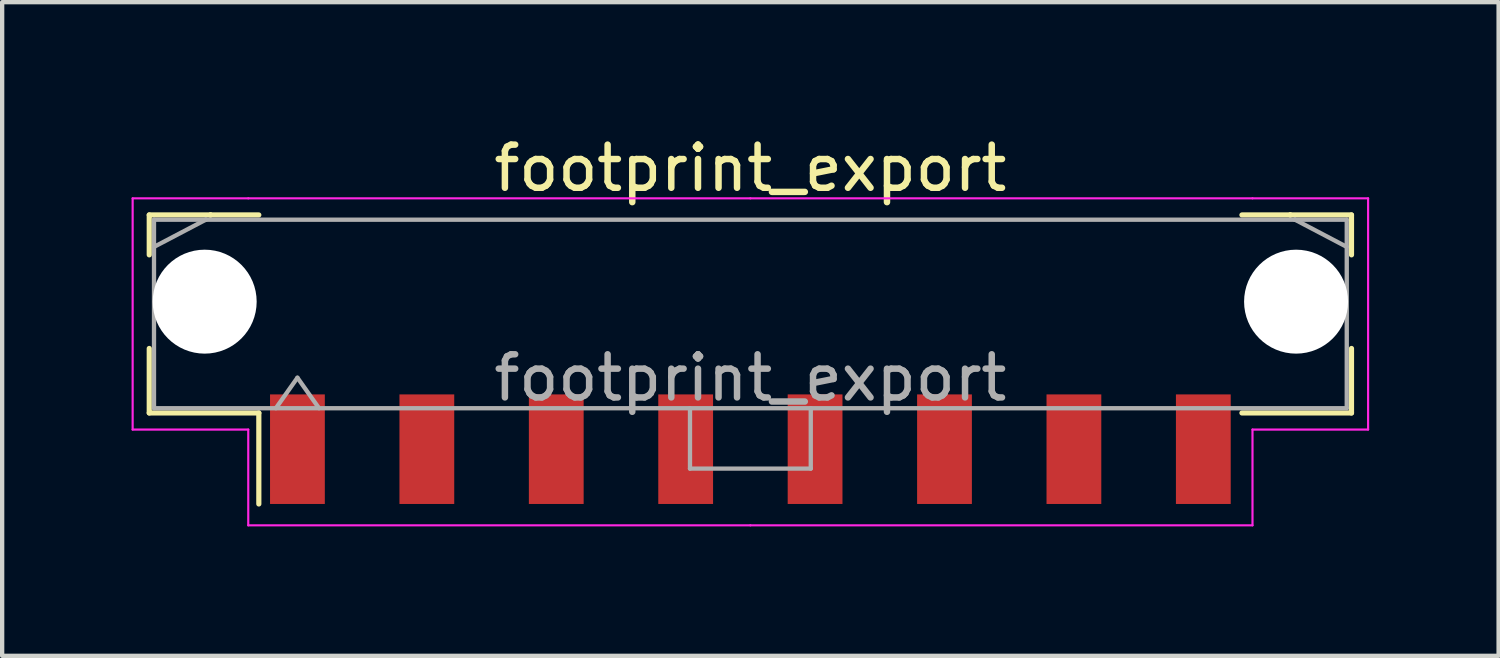
<source format=kicad_pcb>
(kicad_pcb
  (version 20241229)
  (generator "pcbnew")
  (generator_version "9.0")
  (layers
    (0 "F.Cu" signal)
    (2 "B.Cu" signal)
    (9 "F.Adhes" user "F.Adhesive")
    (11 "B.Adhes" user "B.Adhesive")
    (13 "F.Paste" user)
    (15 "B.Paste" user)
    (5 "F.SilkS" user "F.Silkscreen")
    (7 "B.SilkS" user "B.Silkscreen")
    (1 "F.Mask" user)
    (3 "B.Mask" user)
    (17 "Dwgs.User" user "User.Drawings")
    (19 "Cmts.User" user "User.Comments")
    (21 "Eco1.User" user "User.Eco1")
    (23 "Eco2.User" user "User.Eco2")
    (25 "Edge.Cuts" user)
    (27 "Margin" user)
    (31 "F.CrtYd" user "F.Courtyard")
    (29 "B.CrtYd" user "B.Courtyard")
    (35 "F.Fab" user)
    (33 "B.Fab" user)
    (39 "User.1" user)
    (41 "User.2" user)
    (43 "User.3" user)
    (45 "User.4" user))
  (footprint "footprint_export"
    (layer "F.Cu")
    (at 14.345 4.228)
    (property "Reference" "footprint_export" (at 0 -3.38 0) (layer "F.SilkS") (effects (font (size 1 1) (thickness 0.15))))
    (attr smd)
    (fp_line (start -13.935 -2.295) (end -12.515 -2.295) (stroke (width 0.12) (type solid)) (layer "F.SilkS"))
    (fp_line (start -13.935 -1.37) (end -13.935 -2.295) (stroke (width 0.12) (type solid)) (layer "F.SilkS"))
    (fp_line (start -13.935 0.8) (end -13.935 2.295) (stroke (width 0.12) (type solid)) (layer "F.SilkS"))
    (fp_line (start -13.935 2.295) (end -11.395 2.295) (stroke (width 0.12) (type solid)) (layer "F.SilkS"))
    (fp_line (start -12.515 -2.295) (end -12.515 -2.295) (stroke (width 0.12) (type solid)) (layer "F.SilkS"))
    (fp_line (start -12.515 -2.295) (end -11.395 -2.295) (stroke (width 0.12) (type solid)) (layer "F.SilkS"))
    (fp_line (start -11.395 2.295) (end -11.395 4.405) (stroke (width 0.12) (type solid)) (layer "F.SilkS"))
    (fp_line (start 12.515 -2.295) (end 11.395 -2.295) (stroke (width 0.12) (type solid)) (layer "F.SilkS"))
    (fp_line (start 12.515 -2.295) (end 12.515 -2.295) (stroke (width 0.12) (type solid)) (layer "F.SilkS"))
    (fp_line (start 13.935 -2.295) (end 12.515 -2.295) (stroke (width 0.12) (type solid)) (layer "F.SilkS"))
    (fp_line (start 13.935 -1.37) (end 13.935 -2.295) (stroke (width 0.12) (type solid)) (layer "F.SilkS"))
    (fp_line (start 13.935 0.8) (end 13.935 2.295) (stroke (width 0.12) (type solid)) (layer "F.SilkS"))
    (fp_line (start 13.935 2.295) (end 11.395 2.295) (stroke (width 0.12) (type solid)) (layer "F.SilkS"))
    (fp_line (start -14.32 -2.68) (end -14.32 2.68) (stroke (width 0.05) (type solid)) (layer "F.CrtYd"))
    (fp_line (start -14.32 2.68) (end -11.64 2.68) (stroke (width 0.05) (type solid)) (layer "F.CrtYd"))
    (fp_line (start -11.64 -2.68) (end -14.32 -2.68) (stroke (width 0.05) (type solid)) (layer "F.CrtYd"))
    (fp_line (start -11.64 2.68) (end -11.64 4.9) (stroke (width 0.05) (type solid)) (layer "F.CrtYd"))
    (fp_line (start -11.64 4.9) (end 0 4.9) (stroke (width 0.05) (type solid)) (layer "F.CrtYd"))
    (fp_line (start 0 -2.68) (end -11.64 -2.68) (stroke (width 0.05) (type solid)) (layer "F.CrtYd"))
    (fp_line (start 0 -2.68) (end 11.64 -2.68) (stroke (width 0.05) (type solid)) (layer "F.CrtYd"))
    (fp_line (start 11.64 -2.68) (end 14.32 -2.68) (stroke (width 0.05) (type solid)) (layer "F.CrtYd"))
    (fp_line (start 11.64 2.68) (end 11.64 4.9) (stroke (width 0.05) (type solid)) (layer "F.CrtYd"))
    (fp_line (start 11.64 4.9) (end 0 4.9) (stroke (width 0.05) (type solid)) (layer "F.CrtYd"))
    (fp_line (start 14.32 -2.68) (end 14.32 2.68) (stroke (width 0.05) (type solid)) (layer "F.CrtYd"))
    (fp_line (start 14.32 2.68) (end 11.64 2.68) (stroke (width 0.05) (type solid)) (layer "F.CrtYd"))
    (fp_line (start -13.825 -2.185) (end -13.825 2.185) (stroke (width 0.1) (type solid)) (layer "F.Fab"))
    (fp_line (start -13.825 -1.555) (end -12.625 -2.185) (stroke (width 0.1) (type solid)) (layer "F.Fab"))
    (fp_line (start -13.825 2.185) (end 13.825 2.185) (stroke (width 0.1) (type solid)) (layer "F.Fab"))
    (fp_line (start -12.625 -2.185) (end -13.825 -2.185) (stroke (width 0.1) (type solid)) (layer "F.Fab"))
    (fp_line (start -12.625 -2.185) (end -12.625 -2.185) (stroke (width 0.1) (type solid)) (layer "F.Fab"))
    (fp_line (start -11 2.185) (end -10.5 1.478) (stroke (width 0.1) (type solid)) (layer "F.Fab"))
    (fp_line (start -10.5 1.478) (end -10 2.185) (stroke (width 0.1) (type solid)) (layer "F.Fab"))
    (fp_line (start -1.4 2.185) (end -1.4 3.585) (stroke (width 0.1) (type solid)) (layer "F.Fab"))
    (fp_line (start -1.4 3.585) (end 1.4 3.585) (stroke (width 0.1) (type solid)) (layer "F.Fab"))
    (fp_line (start 1.4 3.585) (end 1.4 2.185) (stroke (width 0.1) (type solid)) (layer "F.Fab"))
    (fp_line (start 12.625 -2.185) (end -12.625 -2.185) (stroke (width 0.1) (type solid)) (layer "F.Fab"))
    (fp_line (start 12.625 -2.185) (end 12.625 -2.185) (stroke (width 0.1) (type solid)) (layer "F.Fab"))
    (fp_line (start 13.825 -2.185) (end 12.625 -2.185) (stroke (width 0.1) (type solid)) (layer "F.Fab"))
    (fp_line (start 13.825 -1.555) (end 12.625 -2.185) (stroke (width 0.1) (type solid)) (layer "F.Fab"))
    (fp_line (start 13.825 2.185) (end 13.825 -2.185) (stroke (width 0.1) (type solid)) (layer "F.Fab"))
    (fp_text user "${REFERENCE}" (at 0 1.48 0) (layer "F.Fab") (effects (font (size 1 1) (thickness 0.15))))
    (pad "" np_thru_hole circle (at -12.65 -0.285) (size 2.41 2.41) (drill 2.41) (layers "*.Cu" "*.Mask"))
    (pad "" np_thru_hole circle (at 12.65 -0.285) (size 2.41 2.41) (drill 2.41) (layers "*.Cu" "*.Mask"))
    (pad "1" smd rect (at -10.5 3.135) (size 1.27 2.54) (layers "F.Cu" "F.Mask" "F.Paste"))
    (pad "2" smd rect (at -7.5 3.135) (size 1.27 2.54) (layers "F.Cu" "F.Mask" "F.Paste"))
    (pad "3" smd rect (at -4.5 3.135) (size 1.27 2.54) (layers "F.Cu" "F.Mask" "F.Paste"))
    (pad "4" smd rect (at -1.5 3.135) (size 1.27 2.54) (layers "F.Cu" "F.Mask" "F.Paste"))
    (pad "5" smd rect (at 1.5 3.135) (size 1.27 2.54) (layers "F.Cu" "F.Mask" "F.Paste"))
    (pad "6" smd rect (at 4.5 3.135) (size 1.27 2.54) (layers "F.Cu" "F.Mask" "F.Paste"))
    (pad "7" smd rect (at 7.5 3.135) (size 1.27 2.54) (layers "F.Cu" "F.Mask" "F.Paste"))
    (pad "8" smd rect (at 10.5 3.135) (size 1.27 2.54) (layers "F.Cu" "F.Mask" "F.Paste")))
  (gr_rect
    (start -3 -3)
    (end 31.69 12.153)
    (stroke (width 0.1) (type default))
    (fill no)
    (layer "Edge.Cuts")))
</source>
